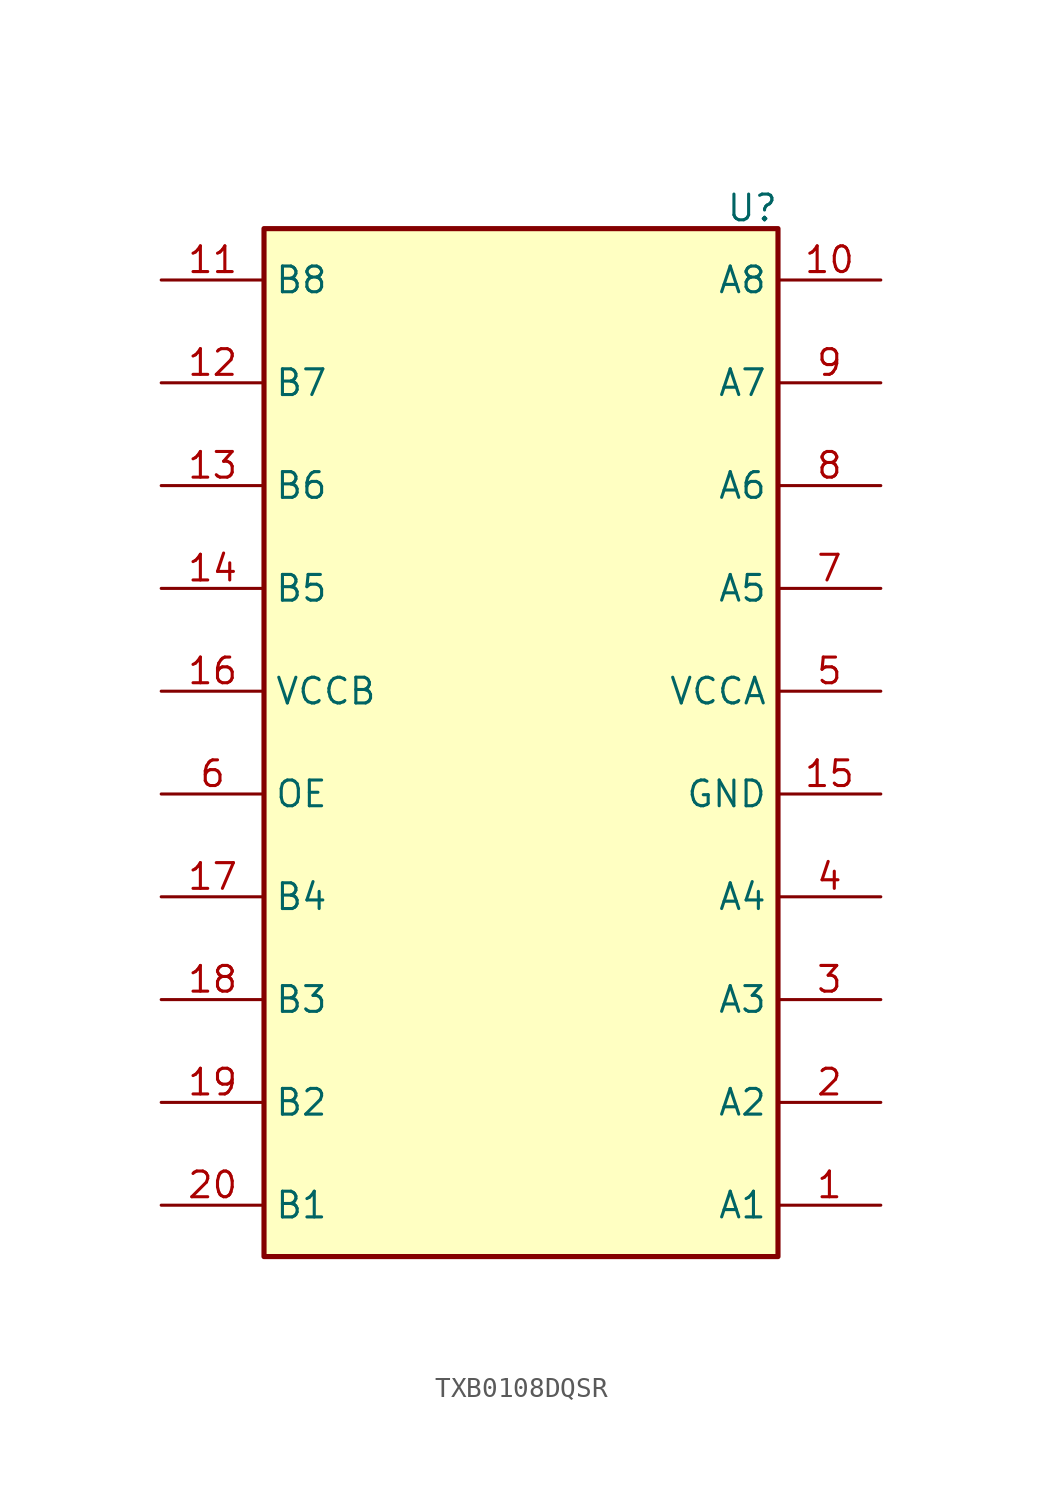
<source format=kicad_sym>
(kicad_symbol_lib
  (version 20231120)
  (generator "kicad_symbol_editor")
  (generator_version "8.0")
  (symbol "TXB0108DQSR"
    (property "Reference" "U"
      (at 24.13 51.816 0)
      (effects (font (size 1.27 1.27))))
    (property "Value" ""
      (at 0 0 0)
      (effects (font (size 1.27 1.27))))
    (symbol "TXB0108DQSR_1_1"
      (rectangle (start 0 50.8) (end 25.4 0) (stroke (width 0.254) (type default)) (fill (type background)))
      (pin passive line (at 30.48 2.54 180) (length 5.08) (name "A1" (effects (font (size 1.27 1.27)))) (number "1" (effects (font (size 1.27 1.27)))))
      (pin passive line (at 30.48 48.26 180) (length 5.08) (name "A8" (effects (font (size 1.27 1.27)))) (number "10" (effects (font (size 1.27 1.27)))))
      (pin passive line (at -5.08 48.26 0) (length 5.08) (name "B8" (effects (font (size 1.27 1.27)))) (number "11" (effects (font (size 1.27 1.27)))))
      (pin passive line (at -5.08 43.18 0) (length 5.08) (name "B7" (effects (font (size 1.27 1.27)))) (number "12" (effects (font (size 1.27 1.27)))))
      (pin passive line (at -5.08 38.1 0) (length 5.08) (name "B6" (effects (font (size 1.27 1.27)))) (number "13" (effects (font (size 1.27 1.27)))))
      (pin passive line (at -5.08 33.02 0) (length 5.08) (name "B5" (effects (font (size 1.27 1.27)))) (number "14" (effects (font (size 1.27 1.27)))))
      (pin passive line (at 30.48 22.86 180) (length 5.08) (name "GND" (effects (font (size 1.27 1.27)))) (number "15" (effects (font (size 1.27 1.27)))))
      (pin passive line (at -5.08 27.94 0) (length 5.08) (name "VCCB" (effects (font (size 1.27 1.27)))) (number "16" (effects (font (size 1.27 1.27)))))
      (pin passive line (at -5.08 17.78 0) (length 5.08) (name "B4" (effects (font (size 1.27 1.27)))) (number "17" (effects (font (size 1.27 1.27)))))
      (pin passive line (at -5.08 12.7 0) (length 5.08) (name "B3" (effects (font (size 1.27 1.27)))) (number "18" (effects (font (size 1.27 1.27)))))
      (pin passive line (at -5.08 7.62 0) (length 5.08) (name "B2" (effects (font (size 1.27 1.27)))) (number "19" (effects (font (size 1.27 1.27)))))
      (pin passive line (at 30.48 7.62 180) (length 5.08) (name "A2" (effects (font (size 1.27 1.27)))) (number "2" (effects (font (size 1.27 1.27)))))
      (pin passive line (at -5.08 2.54 0) (length 5.08) (name "B1" (effects (font (size 1.27 1.27)))) (number "20" (effects (font (size 1.27 1.27)))))
      (pin passive line (at 30.48 12.7 180) (length 5.08) (name "A3" (effects (font (size 1.27 1.27)))) (number "3" (effects (font (size 1.27 1.27)))))
      (pin passive line (at 30.48 17.78 180) (length 5.08) (name "A4" (effects (font (size 1.27 1.27)))) (number "4" (effects (font (size 1.27 1.27)))))
      (pin passive line (at 30.48 27.94 180) (length 5.08) (name "VCCA" (effects (font (size 1.27 1.27)))) (number "5" (effects (font (size 1.27 1.27)))))
      (pin passive line (at -5.08 22.86 0) (length 5.08) (name "OE" (effects (font (size 1.27 1.27)))) (number "6" (effects (font (size 1.27 1.27)))))
      (pin passive line (at 30.48 33.02 180) (length 5.08) (name "A5" (effects (font (size 1.27 1.27)))) (number "7" (effects (font (size 1.27 1.27)))))
      (pin passive line (at 30.48 38.1 180) (length 5.08) (name "A6" (effects (font (size 1.27 1.27)))) (number "8" (effects (font (size 1.27 1.27)))))
      (pin passive line (at 30.48 43.18 180) (length 5.08) (name "A7" (effects (font (size 1.27 1.27)))) (number "9" (effects (font (size 1.27 1.27))))))))
</source>
